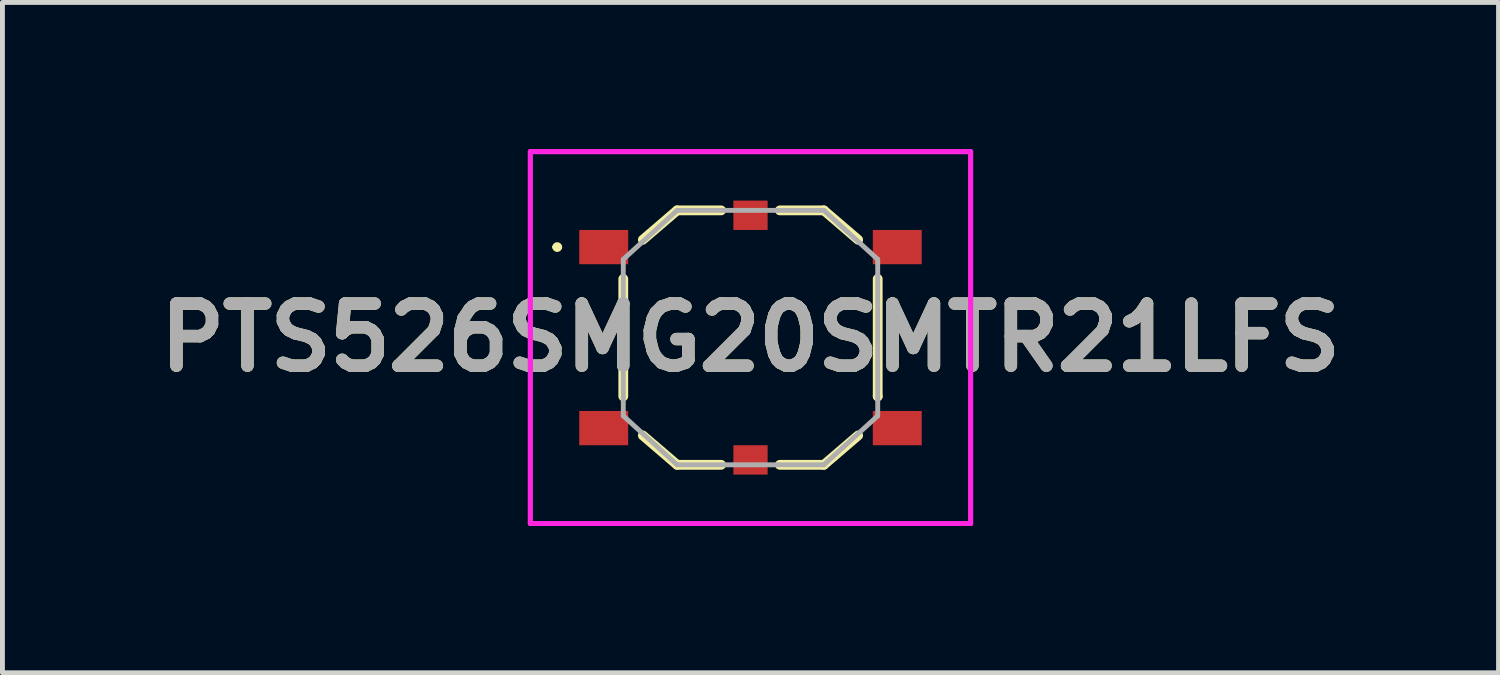
<source format=kicad_pcb>
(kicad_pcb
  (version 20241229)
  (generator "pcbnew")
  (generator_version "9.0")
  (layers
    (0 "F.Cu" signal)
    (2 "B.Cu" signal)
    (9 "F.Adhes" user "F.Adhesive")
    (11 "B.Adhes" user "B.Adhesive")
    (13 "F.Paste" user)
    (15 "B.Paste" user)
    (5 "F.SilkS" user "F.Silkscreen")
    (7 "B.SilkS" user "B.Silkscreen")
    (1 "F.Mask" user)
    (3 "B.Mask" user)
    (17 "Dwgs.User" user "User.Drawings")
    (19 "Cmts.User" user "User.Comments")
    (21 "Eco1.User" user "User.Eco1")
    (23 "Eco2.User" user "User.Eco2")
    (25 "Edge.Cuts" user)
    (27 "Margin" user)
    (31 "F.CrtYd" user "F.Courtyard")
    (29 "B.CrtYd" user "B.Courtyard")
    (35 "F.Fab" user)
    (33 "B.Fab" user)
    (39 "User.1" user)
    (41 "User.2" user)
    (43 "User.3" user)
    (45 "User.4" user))
  (footprint "PTS526SMG20SMTR21LFS"
    (layer "F.Cu")
    (at 12.289 3.85)
    (property "Reference" "PTS526SMG20SMTR21LFS" (at 0 0 0) (layer "F.SilkS") (effects (font (size 1.27 1.27) (thickness 0.254))))
    (attr smd)
    (fp_line (start -4 -1.85) (end -4 -1.85) (stroke (width 0.1) (type solid)) (layer "F.SilkS"))
    (fp_line (start -3.9 -1.85) (end -3.9 -1.85) (stroke (width 0.1) (type solid)) (layer "F.SilkS"))
    (fp_line (start -2.6 -1.2) (end -2.6 1.2) (stroke (width 0.2) (type solid)) (layer "F.SilkS"))
    (fp_line (start -2.2 -2) (end -1.5 -2.6) (stroke (width 0.2) (type solid)) (layer "F.SilkS"))
    (fp_line (start -2.2 2) (end -1.5 2.6) (stroke (width 0.2) (type solid)) (layer "F.SilkS"))
    (fp_line (start -1.5 -2.6) (end -0.6 -2.6) (stroke (width 0.2) (type solid)) (layer "F.SilkS"))
    (fp_line (start -1.5 2.6) (end -0.6 2.6) (stroke (width 0.2) (type solid)) (layer "F.SilkS"))
    (fp_line (start 0.6 -2.6) (end 1.5 -2.6) (stroke (width 0.2) (type solid)) (layer "F.SilkS"))
    (fp_line (start 1.5 -2.6) (end 2.2 -2) (stroke (width 0.2) (type solid)) (layer "F.SilkS"))
    (fp_line (start 1.5 2.6) (end 0.6 2.6) (stroke (width 0.2) (type solid)) (layer "F.SilkS"))
    (fp_line (start 2.2 2) (end 1.5 2.6) (stroke (width 0.2) (type solid)) (layer "F.SilkS"))
    (fp_line (start 2.6 -1.2) (end 2.6 1.2) (stroke (width 0.2) (type solid)) (layer "F.SilkS"))
    (fp_line (start 2.6 1.2) (end 2.6 1.2) (stroke (width 0.2) (type solid)) (layer "F.SilkS"))
    (fp_arc (start -4 -1.85) (mid -3.95 -1.9) (end -3.9 -1.85) (stroke (width 0.1) (type solid)) (layer "F.SilkS"))
    (fp_arc (start -3.9 -1.85) (mid -3.95 -1.8) (end -4 -1.85) (stroke (width 0.1) (type solid)) (layer "F.SilkS"))
    (fp_line (start -4.5 -3.8) (end 4.5 -3.8) (stroke (width 0.1) (type solid)) (layer "F.CrtYd"))
    (fp_line (start -4.5 -3.8) (end 4.5 -3.8) (stroke (width 0.1) (type solid)) (layer "F.CrtYd"))
    (fp_line (start -4.5 3.8) (end -4.5 -3.8) (stroke (width 0.1) (type solid)) (layer "F.CrtYd"))
    (fp_line (start -4.5 3.8) (end -4.5 -3.8) (stroke (width 0.1) (type solid)) (layer "F.CrtYd"))
    (fp_line (start 4.5 -3.8) (end 4.5 3.8) (stroke (width 0.1) (type solid)) (layer "F.CrtYd"))
    (fp_line (start 4.5 -3.8) (end 4.5 3.8) (stroke (width 0.1) (type solid)) (layer "F.CrtYd"))
    (fp_line (start 4.5 3.8) (end -4.5 3.8) (stroke (width 0.1) (type solid)) (layer "F.CrtYd"))
    (fp_line (start 4.5 3.8) (end -4.5 3.8) (stroke (width 0.1) (type solid)) (layer "F.CrtYd"))
    (fp_line (start -2.6 -1.6) (end -2.6 1.6) (stroke (width 0.1) (type solid)) (layer "F.Fab"))
    (fp_line (start -2.6 1.6) (end -1.5 2.6) (stroke (width 0.1) (type solid)) (layer "F.Fab"))
    (fp_line (start -1.5 -2.6) (end -2.6 -1.6) (stroke (width 0.1) (type solid)) (layer "F.Fab"))
    (fp_line (start -1.5 2.6) (end 1.5 2.6) (stroke (width 0.1) (type solid)) (layer "F.Fab"))
    (fp_line (start 1.5 -2.6) (end -1.5 -2.6) (stroke (width 0.1) (type solid)) (layer "F.Fab"))
    (fp_line (start 1.5 2.6) (end 2.6 1.6) (stroke (width 0.1) (type solid)) (layer "F.Fab"))
    (fp_line (start 2.6 -1.6) (end 1.5 -2.6) (stroke (width 0.1) (type solid)) (layer "F.Fab"))
    (fp_line (start 2.6 1.6) (end 2.6 -1.6) (stroke (width 0.1) (type solid)) (layer "F.Fab"))
    (fp_text user "${REFERENCE}" (at 0 0 0) (layer "F.Fab") (effects (font (size 1.27 1.27) (thickness 0.254))))
    (pad "1" smd rect (at -3 -1.85 90) (size 0.7 1) (layers "F.Cu" "F.Mask" "F.Paste"))
    (pad "2" smd rect (at 3 -1.85 90) (size 0.7 1) (layers "F.Cu" "F.Mask" "F.Paste"))
    (pad "3" smd rect (at -3 1.85 90) (size 0.7 1) (layers "F.Cu" "F.Mask" "F.Paste"))
    (pad "4" smd rect (at 3 1.85 90) (size 0.7 1) (layers "F.Cu" "F.Mask" "F.Paste"))
    (pad "5" smd rect (at 0 -2.5 90) (size 0.6 0.7) (layers "F.Cu" "F.Mask" "F.Paste"))
    (pad "6" smd rect (at 0 2.5 90) (size 0.6 0.7) (layers "F.Cu" "F.Mask" "F.Paste")))
  (gr_rect
    (start -3 -3)
    (end 27.578 10.7)
    (stroke (width 0.1) (type default))
    (fill no)
    (layer "Edge.Cuts")))
</source>
